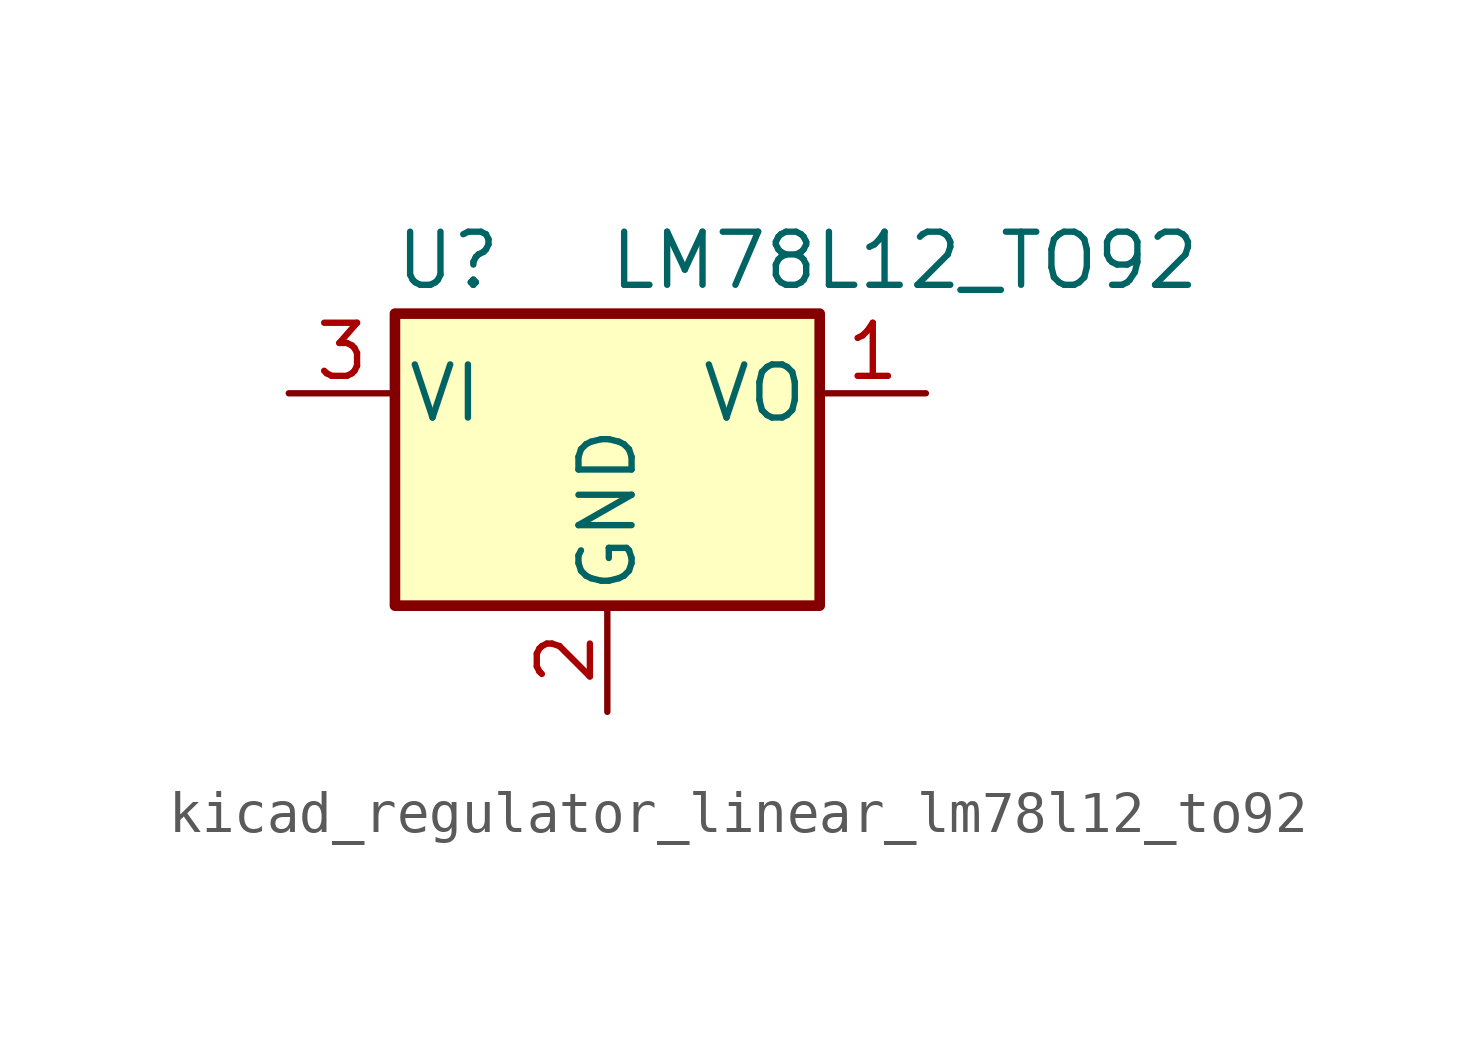
<source format=kicad_sym>
(kicad_symbol_lib
  (version 20220914)
  (generator kicad_symbol_editor)
  (symbol "kicad_regulator_linear_lm78l12_to92"
    (pin_names
      (offset 0.254))
    (property "Reference" "U"
      (at -3.81 3.175 0)
      (effects (font (size 1.27 1.27))))
    (property "Value" "LM78L12_TO92"
      (at 0 3.175 0)
      (effects (font (size 1.27 1.27)) (justify left)))
    (symbol "kicad_regulator_linear_lm78l12_to92_0_1"
      (rectangle (start -5.08 -5.08) (end 5.08 1.905) (stroke (width 0.254) (type default)) (fill (type background))))
    (symbol "kicad_regulator_linear_lm78l12_to92_1_1"
      (pin power_out line (at 7.62 0 180) (length 2.54) (name "VO" (effects (font (size 1.27 1.27)))) (number "1" (effects (font (size 1.27 1.27)))))
      (pin power_in line (at 0 -7.62 90) (length 2.54) (name "GND" (effects (font (size 1.27 1.27)))) (number "2" (effects (font (size 1.27 1.27)))))
      (pin power_in line (at -7.62 0 0) (length 2.54) (name "VI" (effects (font (size 1.27 1.27)))) (number "3" (effects (font (size 1.27 1.27))))))))
</source>
